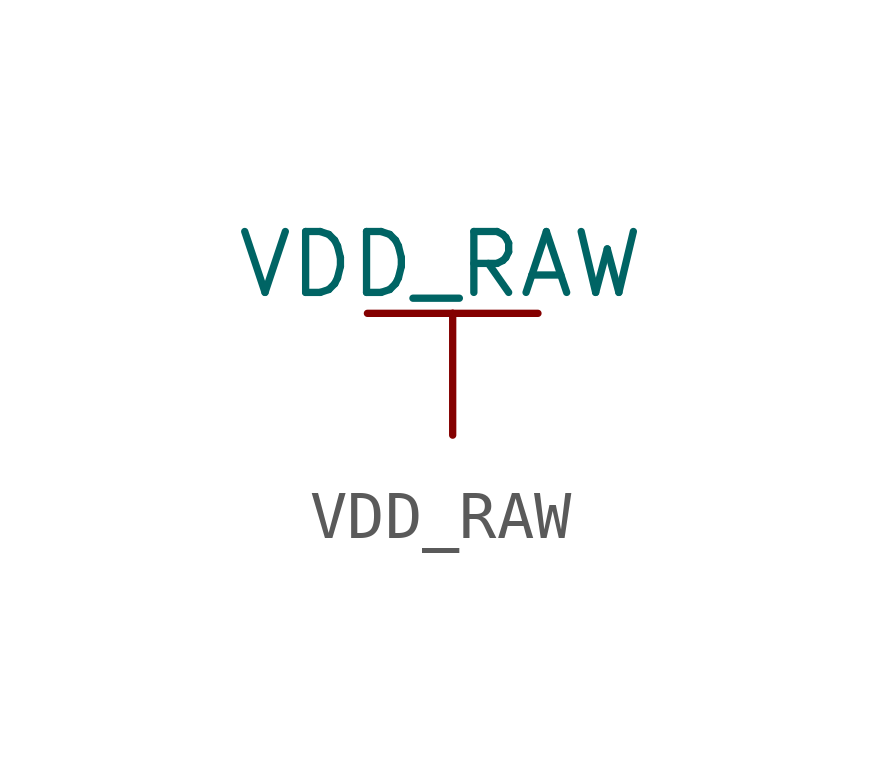
<source format=kicad_sym>
(kicad_symbol_lib
  (version 20220914)
  (generator kicad_symbol_editor)
  (symbol "VDD_RAW"
    (power)
    (pin_numbers hide)
    (pin_names
      (offset 0) hide)
    (property "Reference" "#PWR"
      (at 0 -3.81 0)
      (effects (font (size 1.27 1.27)) hide))
    (property "Value" "VDD_RAW"
      (at -0.254 3.556 0)
      (effects (font (size 1.27 1.27))))
    (property "Footprint" ""
      (at 0 0 0)
      (effects (font (size 1.524 1.524))))
    (property "Datasheet" ""
      (at 0 0 0)
      (effects (font (size 1.524 1.524))))
    (symbol "VDD_RAW_0_1"
      (polyline (pts (xy -1.778 2.54) (xy 0 2.54)) (stroke (width 0) (type default)) (fill (type none)))
      (polyline (pts (xy 0 0) (xy 0 2.54)) (stroke (width 0) (type default)) (fill (type none)))
      (polyline (pts (xy 0 2.54) (xy 1.778 2.54)) (stroke (width 0) (type default)) (fill (type none))))
    (symbol "VDD_RAW_1_1"
      (pin power_in line (at 0 0 90) (length 0) hide (name "12V" (effects (font (size 1.27 1.27)))) (number "1" (effects (font (size 1.27 1.27))))))))
</source>
